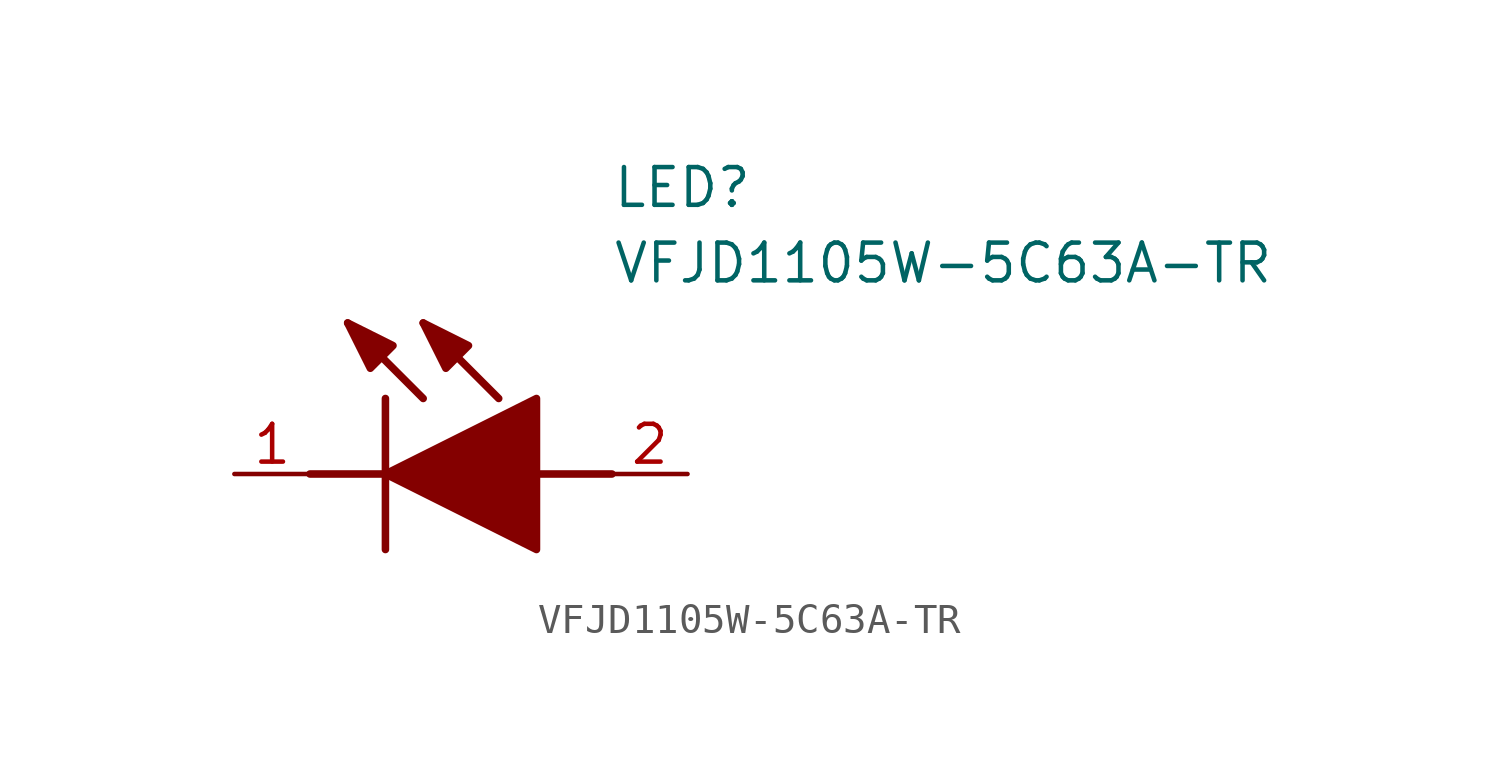
<source format=kicad_sym>
(kicad_symbol_lib
  (version 20211014)
  (generator SamacSys_ECAD_Model)
  (symbol "VFJD1105W-5C63A-TR"
    (pin_names hide)
    (property "Reference" "LED"
      (at 12.7 8.89 0)
      (effects (font (size 1.27 1.27)) (justify left bottom)))
    (property "Value" "VFJD1105W-5C63A-TR"
      (at 12.7 6.35 0)
      (effects (font (size 1.27 1.27)) (justify left bottom)))
    (polyline
      (pts (xy 5.08 2.54) (xy 5.08 -2.54))
      (stroke (width 0.254) (type default))
      (fill (type none)))
    (polyline
      (pts (xy 6.35 2.54) (xy 3.81 5.08))
      (stroke (width 0.254) (type default))
      (fill (type none)))
    (polyline
      (pts (xy 8.89 2.54) (xy 6.35 5.08))
      (stroke (width 0.254) (type default))
      (fill (type none)))
    (polyline
      (pts (xy 2.54 0) (xy 5.08 0))
      (stroke (width 0.254) (type default))
      (fill (type none)))
    (polyline
      (pts (xy 10.16 0) (xy 12.7 0))
      (stroke (width 0.254) (type default))
      (fill (type none)))
    (polyline
      (pts (xy 5.08 0) (xy 10.16 2.54) (xy 10.16 -2.54) (xy 5.08 0))
      (stroke (width 0.254) (type default))
      (fill (type outline)))
    (polyline
      (pts (xy 5.334 4.318) (xy 4.572 3.556) (xy 3.81 5.08) (xy 5.334 4.318))
      (stroke (width 0.254) (type default))
      (fill (type outline)))
    (polyline
      (pts (xy 7.874 4.318) (xy 7.112 3.556) (xy 6.35 5.08) (xy 7.874 4.318))
      (stroke (width 0.254) (type default))
      (fill (type outline)))
    (pin passive line
      (at 0 0 0)
      (length 2.54)
      (name "K" (effects (font (size 1.27 1.27))))
      (number "1" (effects (font (size 1.27 1.27)))))
    (pin passive line
      (at 15.24 0 180)
      (length 2.54)
      (name "A" (effects (font (size 1.27 1.27))))
      (number "2" (effects (font (size 1.27 1.27)))))))
</source>
